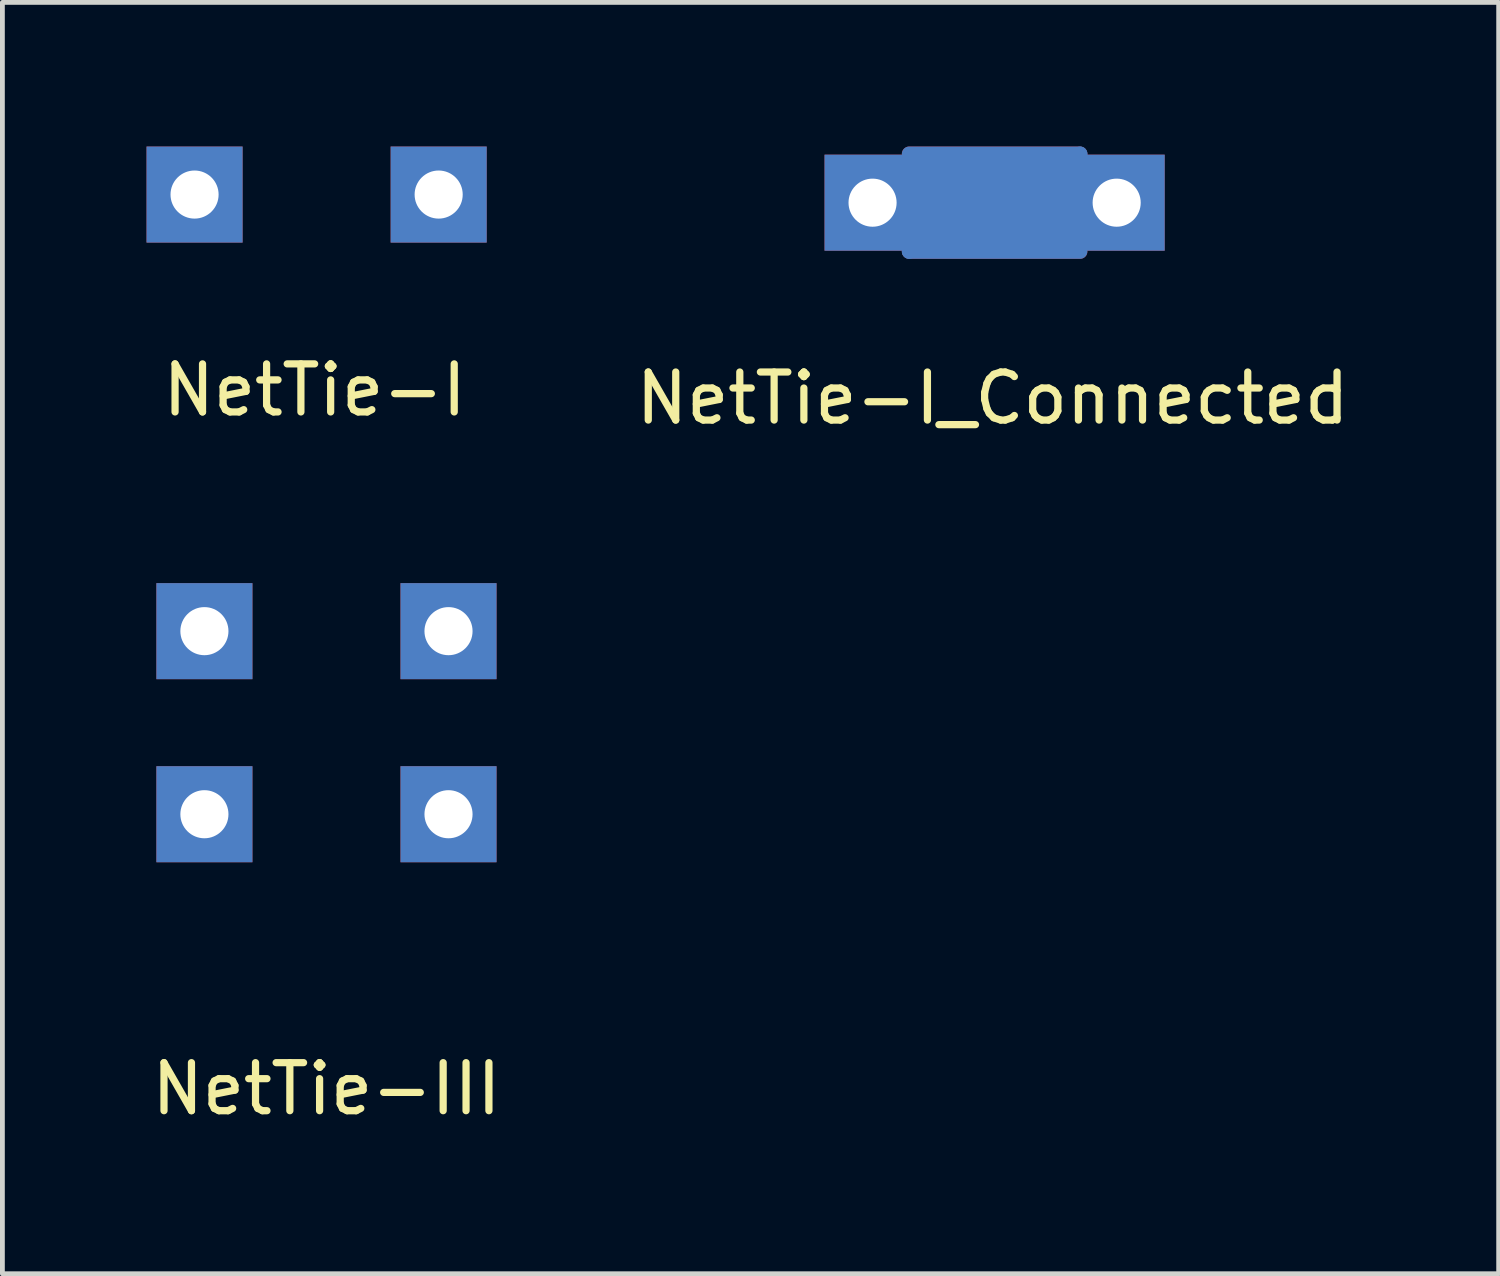
<source format=kicad_pcb>
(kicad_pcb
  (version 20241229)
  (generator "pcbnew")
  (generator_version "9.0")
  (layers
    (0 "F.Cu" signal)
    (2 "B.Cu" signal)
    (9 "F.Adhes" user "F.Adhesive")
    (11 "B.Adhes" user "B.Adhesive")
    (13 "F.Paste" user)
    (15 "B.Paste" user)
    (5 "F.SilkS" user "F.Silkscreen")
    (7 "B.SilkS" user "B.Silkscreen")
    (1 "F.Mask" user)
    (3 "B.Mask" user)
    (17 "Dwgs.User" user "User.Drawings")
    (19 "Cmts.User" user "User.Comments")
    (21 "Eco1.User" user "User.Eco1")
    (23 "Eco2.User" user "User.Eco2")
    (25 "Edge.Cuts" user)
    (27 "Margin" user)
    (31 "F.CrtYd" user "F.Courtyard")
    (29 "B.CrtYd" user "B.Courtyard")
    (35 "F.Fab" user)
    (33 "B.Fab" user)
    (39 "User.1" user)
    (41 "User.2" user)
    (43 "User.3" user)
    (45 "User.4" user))
  (footprint "NetTie-I_Connected"
    (layer "F.Cu")
    (at 17.649 1.168)
    (property "Reference" "NetTie-I_Connected" (at -0.041 4.069 0) (layer "F.SilkS") (effects (font (size 1 1) (thickness 0.15))))
    (attr through_hole)
    (fp_line (start -1.778 -0.762) (end 1.778 -0.762) (stroke (width 0.305) (type solid)) (layer "F.Cu"))
    (fp_line (start -1.778 -0.254) (end 1.778 -0.254) (stroke (width 0.305) (type solid)) (layer "F.Cu"))
    (fp_line (start -1.778 0.254) (end 1.778 0.254) (stroke (width 0.305) (type solid)) (layer "F.Cu"))
    (fp_line (start -1.778 0.762) (end 1.778 0.762) (stroke (width 0.305) (type solid)) (layer "F.Cu"))
    (fp_line (start 1.778 -1.016) (end -1.778 -1.016) (stroke (width 0.305) (type solid)) (layer "F.Cu"))
    (fp_line (start 1.778 -0.508) (end -1.778 -0.508) (stroke (width 0.305) (type solid)) (layer "F.Cu"))
    (fp_line (start 1.778 0) (end -1.778 0) (stroke (width 0.305) (type solid)) (layer "F.Cu"))
    (fp_line (start 1.778 0.508) (end -1.778 0.508) (stroke (width 0.305) (type solid)) (layer "F.Cu"))
    (fp_line (start 1.778 1.016) (end -1.778 1.016) (stroke (width 0.305) (type solid)) (layer "F.Cu"))
    (fp_line (start -1.778 -0.762) (end 1.778 -0.762) (stroke (width 0.305) (type solid)) (layer "B.Cu"))
    (fp_line (start -1.778 -0.508) (end -1.778 -0.762) (stroke (width 0.305) (type solid)) (layer "B.Cu"))
    (fp_line (start -1.778 -0.254) (end 1.778 -0.254) (stroke (width 0.305) (type solid)) (layer "B.Cu"))
    (fp_line (start -1.778 0) (end -1.778 -0.254) (stroke (width 0.305) (type solid)) (layer "B.Cu"))
    (fp_line (start -1.778 0.254) (end 1.778 0.254) (stroke (width 0.305) (type solid)) (layer "B.Cu"))
    (fp_line (start -1.778 0.508) (end -1.778 0.254) (stroke (width 0.305) (type solid)) (layer "B.Cu"))
    (fp_line (start -1.778 0.762) (end 1.778 0.762) (stroke (width 0.305) (type solid)) (layer "B.Cu"))
    (fp_line (start -1.778 1.016) (end -1.778 0.762) (stroke (width 0.305) (type solid)) (layer "B.Cu"))
    (fp_line (start 1.778 -1.016) (end -1.778 -1.016) (stroke (width 0.305) (type solid)) (layer "B.Cu"))
    (fp_line (start 1.778 -0.762) (end 1.778 -1.016) (stroke (width 0.305) (type solid)) (layer "B.Cu"))
    (fp_line (start 1.778 -0.508) (end -1.778 -0.508) (stroke (width 0.305) (type solid)) (layer "B.Cu"))
    (fp_line (start 1.778 -0.254) (end 1.778 -0.508) (stroke (width 0.305) (type solid)) (layer "B.Cu"))
    (fp_line (start 1.778 0) (end -1.778 0) (stroke (width 0.305) (type solid)) (layer "B.Cu"))
    (fp_line (start 1.778 0.254) (end 1.778 0) (stroke (width 0.305) (type solid)) (layer "B.Cu"))
    (fp_line (start 1.778 0.508) (end -1.778 0.508) (stroke (width 0.305) (type solid)) (layer "B.Cu"))
    (fp_line (start 1.778 0.762) (end 1.778 0.508) (stroke (width 0.305) (type solid)) (layer "B.Cu"))
    (fp_line (start 1.778 1.016) (end -1.778 1.016) (stroke (width 0.305) (type solid)) (layer "B.Cu"))
    (pad "1" thru_hole rect (at -2.54 0) (size 1.999 1.999) (drill 1.001) (layers "*.Cu" "*.Mask"))
    (pad "2" thru_hole rect (at 2.54 0) (size 1.999 1.999) (drill 1.001) (layers "*.Cu" "*.Mask")))
  (footprint "NetTie-I"
    (layer "F.Cu")
    (at 3.539 0.999)
    (property "Reference" "NetTie-I" (at -0.041 4.069 0) (layer "F.SilkS") (effects (font (size 1 1) (thickness 0.15))))
    (attr through_hole)
    (pad "1" thru_hole rect (at -2.54 0) (size 1.999 1.999) (drill 1.001) (layers "*.Cu" "*.Mask"))
    (pad "2" thru_hole rect (at 2.54 0) (size 1.999 1.999) (drill 1.001) (layers "*.Cu" "*.Mask")))
  (footprint "NetTie-III"
    (layer "F.Cu")
    (at 3.744 11.99)
    (property "Reference" "NetTie-III" (at 0 7.62 0) (layer "F.SilkS") (effects (font (size 1 1) (thickness 0.15))))
    (attr through_hole)
    (pad "1" thru_hole rect (at -2.54 -1.905) (size 1.999 1.999) (drill 1.001) (layers "*.Cu" "*.Mask"))
    (pad "2" thru_hole rect (at -2.54 1.905) (size 1.999 1.999) (drill 1.001) (layers "*.Cu" "*.Mask"))
    (pad "3" thru_hole rect (at 2.54 -1.905) (size 1.999 1.999) (drill 1.001) (layers "*.Cu" "*.Mask"))
    (pad "4" thru_hole rect (at 2.54 1.905) (size 1.999 1.999) (drill 1.001) (layers "*.Cu" "*.Mask")))
  (gr_rect
    (start -3 -3)
    (end 28.139 23.458)
    (stroke (width 0.1) (type default))
    (fill no)
    (layer "Edge.Cuts")))
</source>
